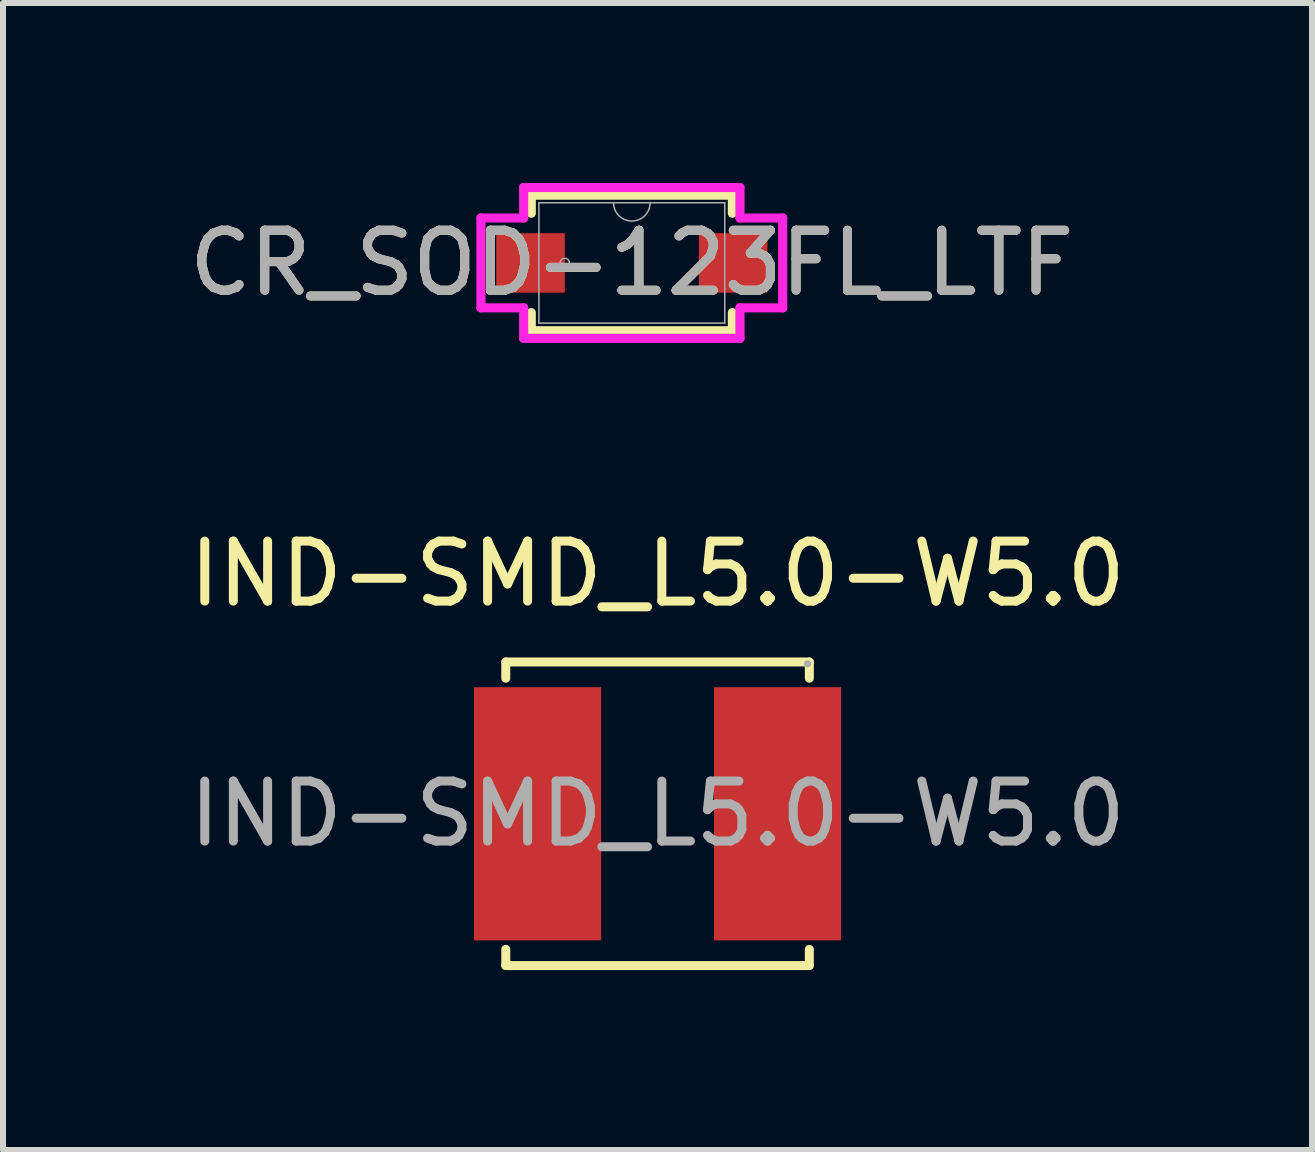
<source format=kicad_pcb>
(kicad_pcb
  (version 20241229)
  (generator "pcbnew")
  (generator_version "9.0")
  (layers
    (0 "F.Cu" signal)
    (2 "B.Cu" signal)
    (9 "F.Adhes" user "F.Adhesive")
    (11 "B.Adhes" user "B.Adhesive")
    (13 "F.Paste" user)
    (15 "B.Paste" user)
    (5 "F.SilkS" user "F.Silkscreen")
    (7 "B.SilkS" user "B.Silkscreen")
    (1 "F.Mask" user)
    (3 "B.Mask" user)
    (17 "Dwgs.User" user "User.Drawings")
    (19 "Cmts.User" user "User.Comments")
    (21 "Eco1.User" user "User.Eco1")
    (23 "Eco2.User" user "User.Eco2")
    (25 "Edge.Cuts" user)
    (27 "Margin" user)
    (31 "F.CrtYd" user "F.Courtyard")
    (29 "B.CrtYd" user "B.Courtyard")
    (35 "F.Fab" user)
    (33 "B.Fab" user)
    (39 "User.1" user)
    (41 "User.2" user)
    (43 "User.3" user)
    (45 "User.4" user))
  (footprint "CR_SOD-123FL_LTF"
    (layer "F.Cu")
    (at 7.482 1.333)
    (property "Reference" "CR_SOD-123FL_LTF" (at 0 0 0) (unlocked yes) (layer "F.SilkS") (effects (font (size 1 1) (thickness 0.15))))
    (attr smd)
    (fp_line (start -1.676 -1.13) (end -1.676 -0.828) (stroke (width 0.152) (type solid)) (layer "F.SilkS"))
    (fp_line (start -1.676 0.828) (end -1.676 1.13) (stroke (width 0.152) (type solid)) (layer "F.SilkS"))
    (fp_line (start -1.676 1.13) (end 1.676 1.13) (stroke (width 0.152) (type solid)) (layer "F.SilkS"))
    (fp_line (start 1.676 -1.13) (end -1.676 -1.13) (stroke (width 0.152) (type solid)) (layer "F.SilkS"))
    (fp_line (start 1.676 -0.828) (end 1.676 -1.13) (stroke (width 0.152) (type solid)) (layer "F.SilkS"))
    (fp_line (start 1.676 1.13) (end 1.676 0.828) (stroke (width 0.152) (type solid)) (layer "F.SilkS"))
    (fp_line (start -2.515 -0.749) (end -1.803 -0.749) (stroke (width 0.152) (type solid)) (layer "F.CrtYd"))
    (fp_line (start -2.515 0.749) (end -2.515 -0.749) (stroke (width 0.152) (type solid)) (layer "F.CrtYd"))
    (fp_line (start -2.515 0.749) (end -1.803 0.749) (stroke (width 0.152) (type solid)) (layer "F.CrtYd"))
    (fp_line (start -1.803 -1.257) (end 1.803 -1.257) (stroke (width 0.152) (type solid)) (layer "F.CrtYd"))
    (fp_line (start -1.803 -0.749) (end -1.803 -1.257) (stroke (width 0.152) (type solid)) (layer "F.CrtYd"))
    (fp_line (start -1.803 1.257) (end -1.803 0.749) (stroke (width 0.152) (type solid)) (layer "F.CrtYd"))
    (fp_line (start 1.803 -1.257) (end 1.803 -0.749) (stroke (width 0.152) (type solid)) (layer "F.CrtYd"))
    (fp_line (start 1.803 0.749) (end 1.803 1.257) (stroke (width 0.152) (type solid)) (layer "F.CrtYd"))
    (fp_line (start 1.803 1.257) (end -1.803 1.257) (stroke (width 0.152) (type solid)) (layer "F.CrtYd"))
    (fp_line (start 2.515 -0.749) (end 1.803 -0.749) (stroke (width 0.152) (type solid)) (layer "F.CrtYd"))
    (fp_line (start 2.515 -0.749) (end 2.515 0.749) (stroke (width 0.152) (type solid)) (layer "F.CrtYd"))
    (fp_line (start 2.515 0.749) (end 1.803 0.749) (stroke (width 0.152) (type solid)) (layer "F.CrtYd"))
    (fp_line (start -1.549 -1.003) (end -1.549 1.003) (stroke (width 0.025) (type solid)) (layer "F.Fab"))
    (fp_line (start -1.549 1.003) (end 1.549 1.003) (stroke (width 0.025) (type solid)) (layer "F.Fab"))
    (fp_line (start 1.549 -1.003) (end -1.549 -1.003) (stroke (width 0.025) (type solid)) (layer "F.Fab"))
    (fp_line (start 1.549 1.003) (end 1.549 -1.003) (stroke (width 0.025) (type solid)) (layer "F.Fab"))
    (fp_arc (start 0.3048 -1.0033) (mid 0 -0.6985) (end -0.3048 -1.0033) (stroke (width 0.0254) (type solid)) (layer "F.Fab"))
    (fp_circle (center -1.118 0) (end -1.041 0) (stroke (width 0.025) (type solid)) (fill no) (layer "F.Fab"))
    (fp_text user "${REFERENCE}" (at 0 0 0) (unlocked yes) (layer "F.Fab") (effects (font (size 1 1) (thickness 0.15))))
    (pad "1" smd rect (at -1.689 0) (size 1.143 0.991) (layers "F.Cu" "F.Mask" "F.Paste"))
    (pad "2" smd rect (at 1.689 0) (size 1.143 0.991) (layers "F.Cu" "F.Mask" "F.Paste")))
  (footprint "IND-SMD_L5.0-W5.0"
    (layer "F.Cu")
    (at 7.911 10.515)
    (property "Reference" "IND-SMD_L5.0-W5.0" (at 0 -4 0) (layer "F.SilkS") (effects (font (size 1 1) (thickness 0.15))))
    (attr smd)
    (fp_line (start -2.53 -2.53) (end 2.53 -2.53) (stroke (width 0.15) (type solid)) (layer "F.SilkS"))
    (fp_line (start -2.53 -2.26) (end -2.53 -2.53) (stroke (width 0.15) (type solid)) (layer "F.SilkS"))
    (fp_line (start -2.53 2.26) (end -2.53 2.53) (stroke (width 0.15) (type solid)) (layer "F.SilkS"))
    (fp_line (start -2.53 2.53) (end 2.53 2.53) (stroke (width 0.15) (type solid)) (layer "F.SilkS"))
    (fp_line (start 2.53 -2.53) (end 2.53 -2.26) (stroke (width 0.15) (type solid)) (layer "F.SilkS"))
    (fp_line (start 2.53 2.53) (end 2.53 2.26) (stroke (width 0.15) (type solid)) (layer "F.SilkS"))
    (fp_circle (center 2.5 -2.5) (end 2.53 -2.5) (stroke (width 0.06) (type solid)) (fill no) (layer "F.Fab"))
    (fp_text user "${REFERENCE}" (at 0 0 0) (layer "F.Fab") (effects (font (size 1 1) (thickness 0.15))))
    (pad "1" smd rect (at 2 0) (size 2.12 4.22) (layers "F.Cu" "F.Mask" "F.Paste"))
    (pad "2" smd rect (at -2 0) (size 2.12 4.22) (layers "F.Cu" "F.Mask" "F.Paste")))
  (gr_rect
    (start -3 -3)
    (end 18.821 16.12)
    (stroke (width 0.1) (type default))
    (fill no)
    (layer "Edge.Cuts")))
</source>
